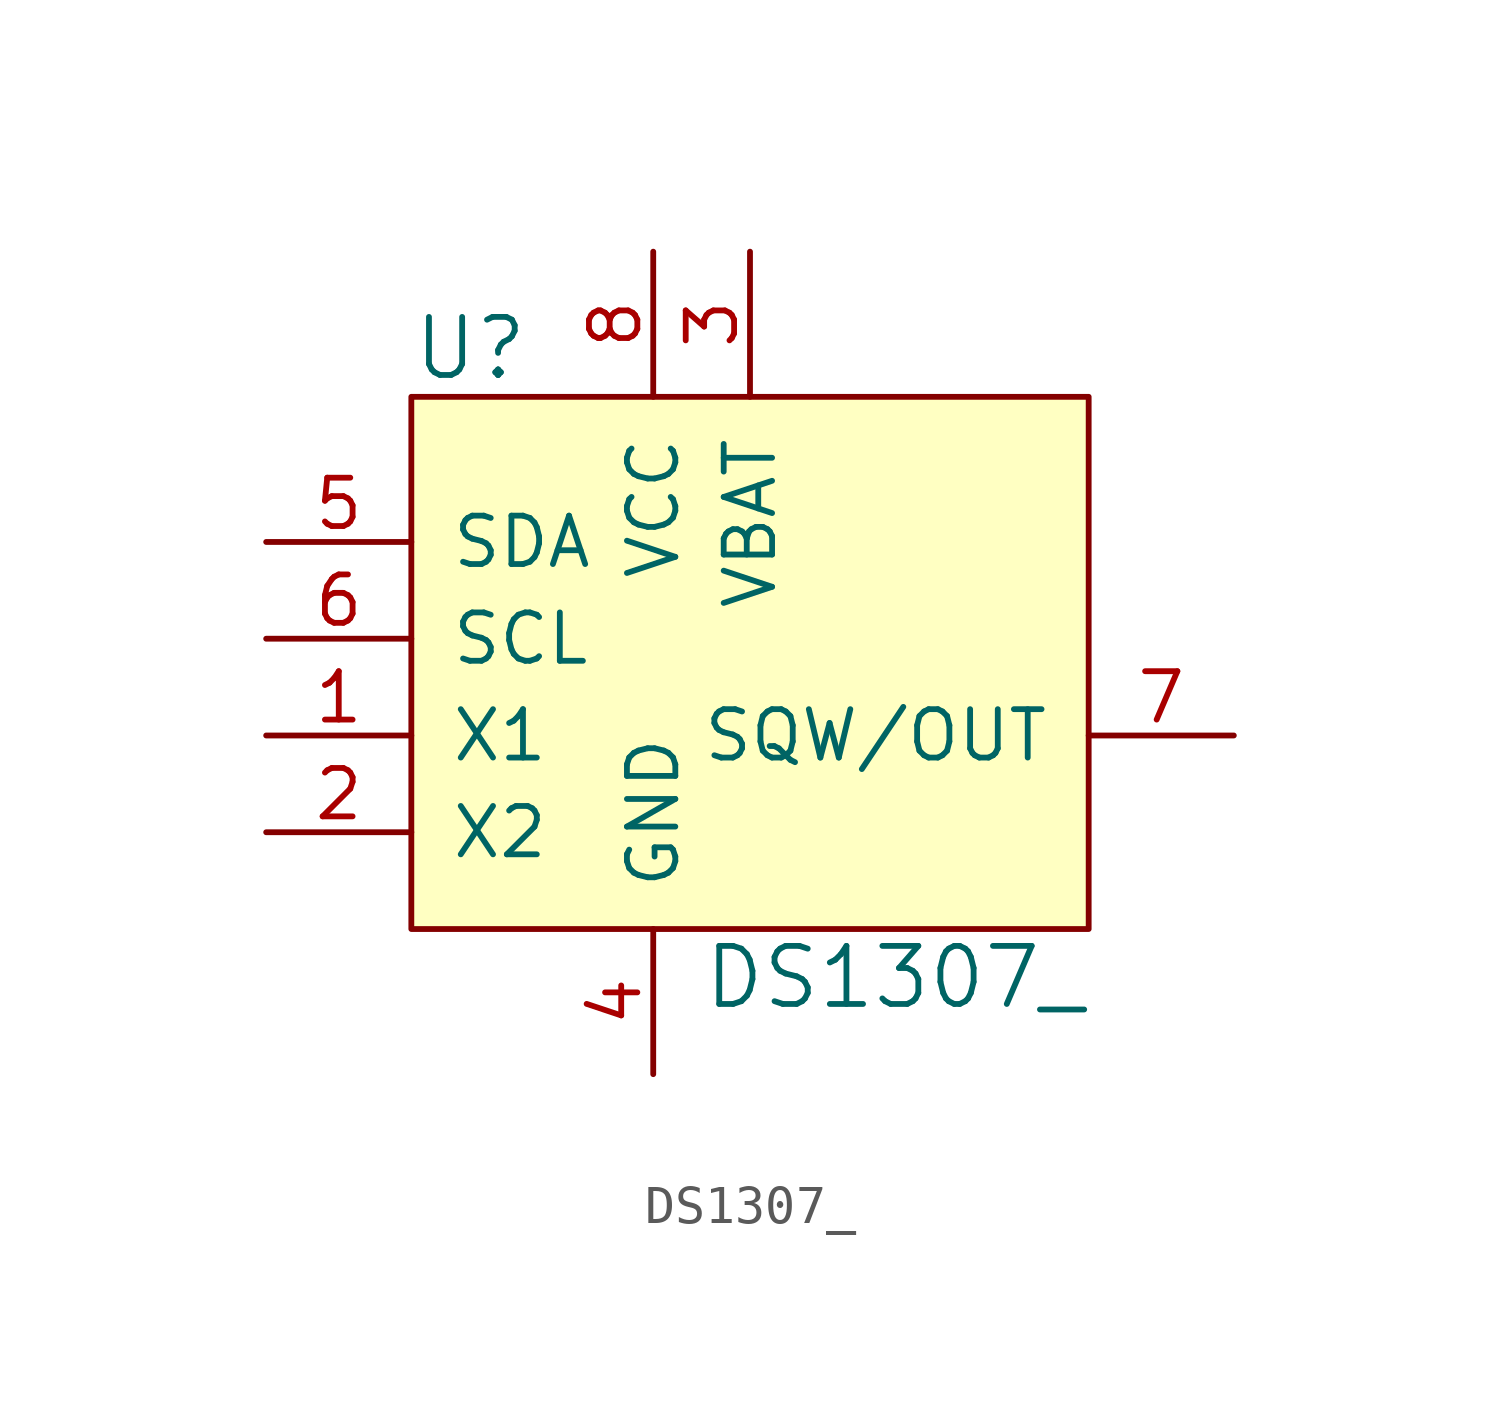
<source format=kicad_sym>
(kicad_symbol_lib
  (version 20220914)
  (generator kicad_symbol_editor)
  (symbol "DS1307_"
    (pin_names
      (offset 1.016))
    (property "Reference" "U"
      (at -8.89 7.62 0)
      (effects (font (size 1.524 1.524)) (justify left)))
    (property "Value" "DS1307_"
      (at -1.27 -8.89 0)
      (effects (font (size 1.524 1.524)) (justify left)))
    (symbol "DS1307__0_1"
      (rectangle (start -8.89 6.35) (end 8.89 -7.62) (stroke (width 0) (type solid)) (fill (type background))))
    (symbol "DS1307__1_1"
      (pin passive line (at -12.7 -2.54 0) (length 3.81) (name "X1" (effects (font (size 1.27 1.27)))) (number "1" (effects (font (size 1.27 1.27)))))
      (pin passive line (at -12.7 -5.08 0) (length 3.81) (name "X2" (effects (font (size 1.27 1.27)))) (number "2" (effects (font (size 1.27 1.27)))))
      (pin power_in line (at 0 10.16 270) (length 3.81) (name "VBAT" (effects (font (size 1.27 1.27)))) (number "3" (effects (font (size 1.27 1.27)))))
      (pin power_in line (at -2.54 -11.43 90) (length 3.81) (name "GND" (effects (font (size 1.27 1.27)))) (number "4" (effects (font (size 1.27 1.27)))))
      (pin bidirectional line (at -12.7 2.54 0) (length 3.81) (name "SDA" (effects (font (size 1.27 1.27)))) (number "5" (effects (font (size 1.27 1.27)))))
      (pin input line (at -12.7 0 0) (length 3.81) (name "SCL" (effects (font (size 1.27 1.27)))) (number "6" (effects (font (size 1.27 1.27)))))
      (pin output line (at 12.7 -2.54 180) (length 3.81) (name "SQW/OUT" (effects (font (size 1.27 1.27)))) (number "7" (effects (font (size 1.27 1.27)))))
      (pin power_in line (at -2.54 10.16 270) (length 3.81) (name "VCC" (effects (font (size 1.27 1.27)))) (number "8" (effects (font (size 1.27 1.27))))))))
</source>
